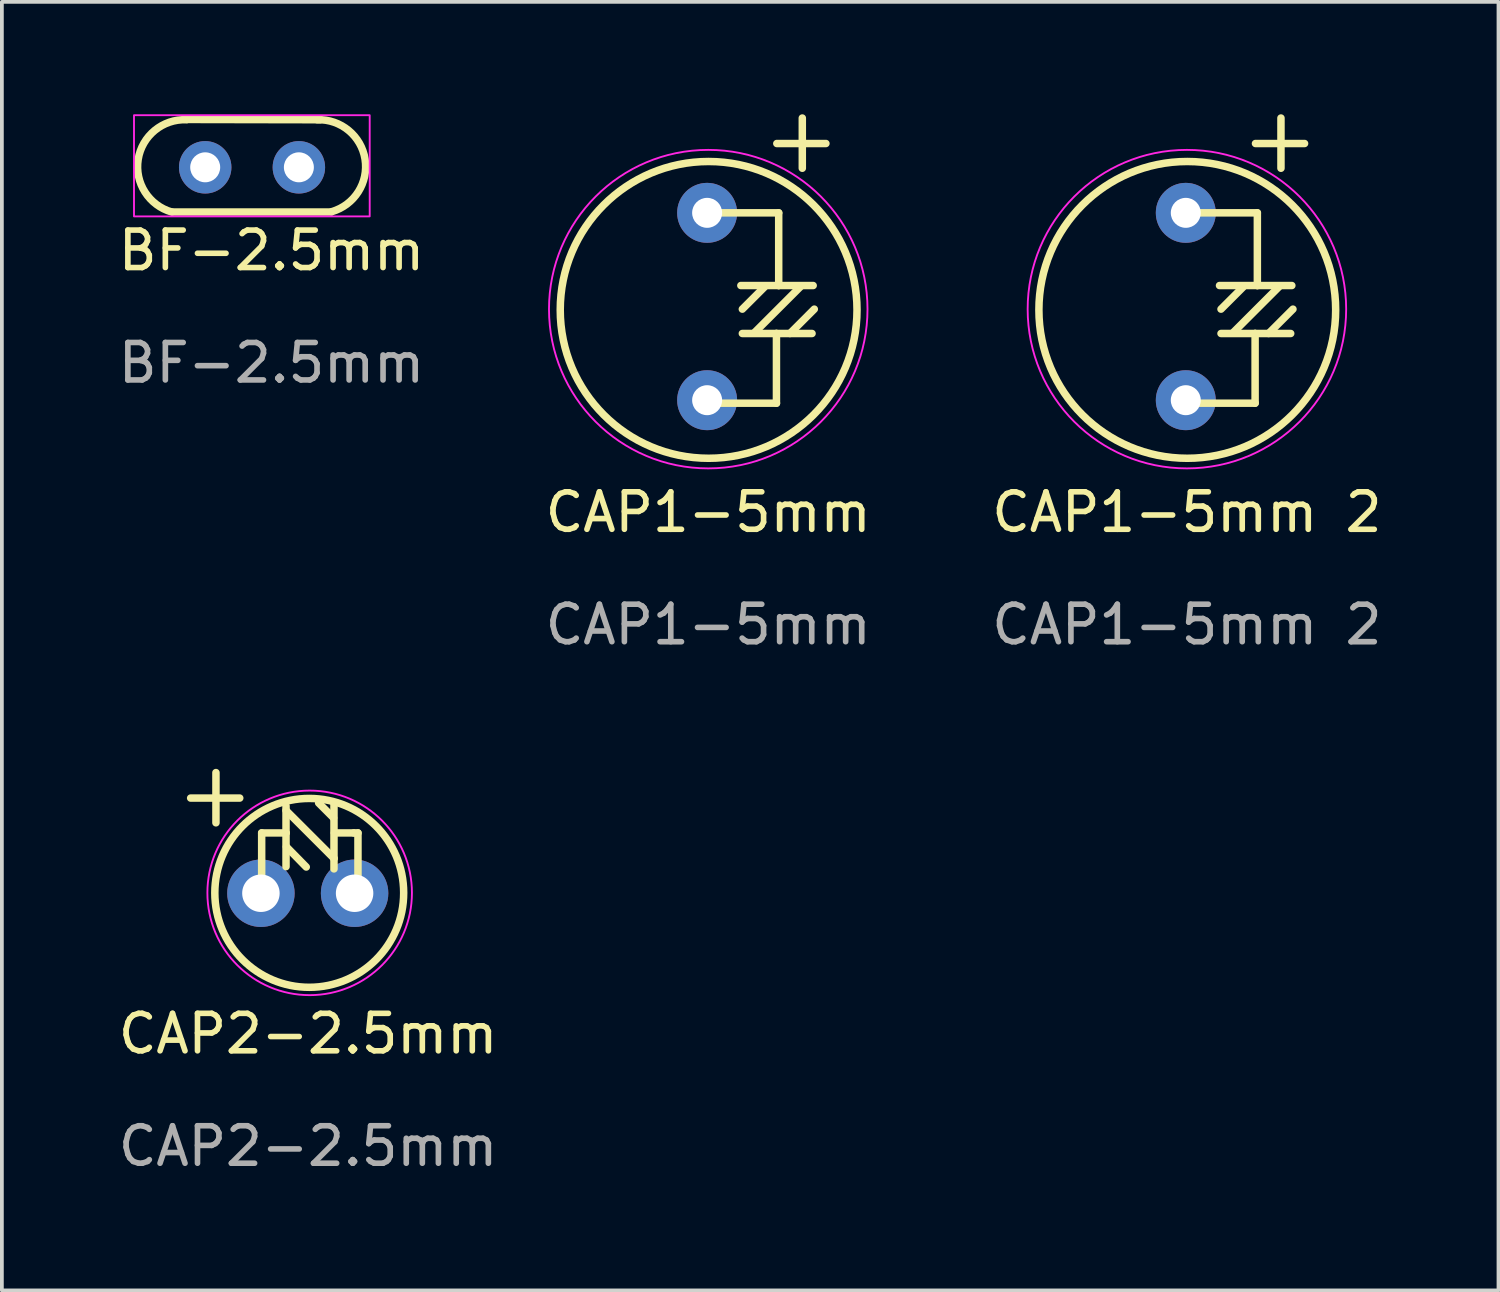
<source format=kicad_pcb>
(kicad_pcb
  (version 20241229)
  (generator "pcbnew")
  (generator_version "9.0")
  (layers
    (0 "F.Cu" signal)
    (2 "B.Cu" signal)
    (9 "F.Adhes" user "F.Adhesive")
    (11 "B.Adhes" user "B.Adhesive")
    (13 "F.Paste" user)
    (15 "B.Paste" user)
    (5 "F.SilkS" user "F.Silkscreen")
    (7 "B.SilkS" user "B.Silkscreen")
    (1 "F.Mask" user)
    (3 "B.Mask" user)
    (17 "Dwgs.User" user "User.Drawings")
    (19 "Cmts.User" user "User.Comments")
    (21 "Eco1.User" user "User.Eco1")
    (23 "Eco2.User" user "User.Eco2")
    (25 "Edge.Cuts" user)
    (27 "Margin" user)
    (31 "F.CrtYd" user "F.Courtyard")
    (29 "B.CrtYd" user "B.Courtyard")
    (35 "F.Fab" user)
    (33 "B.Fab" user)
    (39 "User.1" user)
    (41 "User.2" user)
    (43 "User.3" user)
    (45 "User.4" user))
  (footprint "BF-2.5mm"
    (layer "F.Cu")
    (at 4.196 4.135)
    (property "Reference" "BF-2.5mm" (at 0 -0.5 0) (unlocked yes) (layer "F.SilkS") (effects (font (size 1 1) (thickness 0.15))))
    (attr through_hole)
    (fp_line (start -2.641 -1.527) (end 1.589 -1.527) (stroke (width 0.2) (type solid)) (layer "F.SilkS"))
    (fp_line (start -2.251 -3.997) (end 1.299 -3.99) (stroke (width 0.2) (type solid)) (layer "F.SilkS"))
    (fp_arc (start -2.661462 -1.526599) (mid -3.558143 -2.931896) (end -2.27 -3.99) (stroke (width 0.2) (type solid)) (layer "F.SilkS"))
    (fp_arc (start 1.217076 -3.989999) (mid 2.496084 -2.936146) (end 1.608538 -1.536599) (stroke (width 0.2) (type solid)) (layer "F.SilkS"))
    (fp_rect (start -3.67 -4.11) (end 2.62 -1.41) (stroke (width 0.05) (type solid)) (fill no) (layer "F.CrtYd"))
    (fp_text user "${REFERENCE}" (at 0 2.5 0) (unlocked yes) (layer "F.Fab") (effects (font (size 1 1) (thickness 0.15))))
    (pad "1" thru_hole circle (at -1.77 -2.72) (size 1.4 1.4) (drill 0.8) (layers "*.Cu" "*.Mask"))
    (pad "2" thru_hole circle (at 0.73 -2.72) (size 1.4 1.4) (drill 0.8) (layers "*.Cu" "*.Mask")))
  (footprint "CAP2-2.5mm"
    (layer "F.Cu")
    (at 5.173 25.038)
    (property "Reference" "CAP2-2.5mm" (at 0 -0.5 0) (unlocked yes) (layer "F.SilkS") (effects (font (size 1 1) (thickness 0.15))))
    (attr through_hole)
    (fp_line (start -3.135 -6.79) (end -1.825 -6.79) (stroke (width 0.2) (type solid)) (layer "F.SilkS"))
    (fp_line (start -2.46 -7.47) (end -2.46 -6.13) (stroke (width 0.2) (type solid)) (layer "F.SilkS"))
    (fp_line (start -1.24 -5.86) (end -0.59 -5.86) (stroke (width 0.2) (type solid)) (layer "F.SilkS"))
    (fp_line (start -1.24 -4.25) (end -1.24 -5.86) (stroke (width 0.2) (type solid)) (layer "F.SilkS"))
    (fp_line (start -0.59 -6.46) (end 0.69 -5.18) (stroke (width 0.2) (type solid)) (layer "F.SilkS"))
    (fp_line (start -0.59 -5.86) (end -0.59 -6.58) (stroke (width 0.2) (type solid)) (layer "F.SilkS"))
    (fp_line (start -0.59 -5.86) (end -0.59 -4.96) (stroke (width 0.2) (type solid)) (layer "F.SilkS"))
    (fp_line (start -0.58 -5.49) (end -0.05 -4.95) (stroke (width 0.2) (type solid)) (layer "F.SilkS"))
    (fp_line (start 0.68 -6.26) (end 0.28 -6.66) (stroke (width 0.2) (type solid)) (layer "F.SilkS"))
    (fp_line (start 0.69 -5.18) (end 0.69 -6.66) (stroke (width 0.2) (type solid)) (layer "F.SilkS"))
    (fp_line (start 0.69 -5.18) (end 0.69 -4.9) (stroke (width 0.2) (type solid)) (layer "F.SilkS"))
    (fp_line (start 0.7 -5.86) (end 1.22 -5.86) (stroke (width 0.2) (type solid)) (layer "F.SilkS"))
    (fp_line (start 1.22 -5.86) (end 1.33 -5.86) (stroke (width 0.2) (type solid)) (layer "F.SilkS"))
    (fp_line (start 1.33 -5.86) (end 1.33 -4.14) (stroke (width 0.2) (type solid)) (layer "F.SilkS"))
    (fp_circle (center 0.03 -4.26) (end 2.55 -4.26) (stroke (width 0.2) (type solid)) (fill no) (layer "F.SilkS"))
    (fp_circle (center 0.041 -4.26) (end 1.971 -2.33) (stroke (width 0.05) (type solid)) (fill no) (layer "F.CrtYd"))
    (fp_text user "${REFERENCE}" (at 0 2.5 0) (unlocked yes) (layer "F.Fab") (effects (font (size 1 1) (thickness 0.15))))
    (pad "1" thru_hole circle (at -1.26 -4.25) (size 1.8 1.8) (drill 1) (layers "*.Cu" "*.Mask"))
    (pad "2" thru_hole circle (at 1.24 -4.25) (size 1.8 1.8) (drill 1) (layers "*.Cu" "*.Mask")))
  (footprint "CAP1-5mm 2"
    (layer "F.Cu")
    (at 28.625 11.12)
    (property "Reference" "CAP1-5mm 2" (at 0 -0.5 0) (unlocked yes) (layer "F.SilkS") (effects (font (size 1 1) (thickness 0.15))))
    (attr through_hole)
    (fp_line (start 0.08 -8.49) (end 1.88 -8.49) (stroke (width 0.2) (type solid)) (layer "F.SilkS"))
    (fp_line (start 0.91 -5.92) (end 1.5 -6.51) (stroke (width 0.2) (type solid)) (layer "F.SilkS"))
    (fp_line (start 1.24 -5.3) (end 2.48 -6.54) (stroke (width 0.2) (type solid)) (layer "F.SilkS"))
    (fp_line (start 1.82 -5.27) (end 0.91 -5.27) (stroke (width 0.2) (type solid)) (layer "F.SilkS"))
    (fp_line (start 1.82 -5.27) (end 2.77 -5.27) (stroke (width 0.2) (type solid)) (layer "F.SilkS"))
    (fp_line (start 1.82 -3.41) (end -0.03 -3.41) (stroke (width 0.2) (type solid)) (layer "F.SilkS"))
    (fp_line (start 1.82 -3.41) (end 1.82 -5.27) (stroke (width 0.2) (type solid)) (layer "F.SilkS"))
    (fp_line (start 1.83 -10.34) (end 3.14 -10.34) (stroke (width 0.2) (type solid)) (layer "F.SilkS"))
    (fp_line (start 1.88 -8.49) (end 1.88 -6.55) (stroke (width 0.2) (type solid)) (layer "F.SilkS"))
    (fp_line (start 1.88 -6.55) (end 0.87 -6.55) (stroke (width 0.2) (type solid)) (layer "F.SilkS"))
    (fp_line (start 1.88 -6.55) (end 2.8 -6.55) (stroke (width 0.2) (type solid)) (layer "F.SilkS"))
    (fp_line (start 2.18 -5.27) (end 2.83 -5.92) (stroke (width 0.2) (type solid)) (layer "F.SilkS"))
    (fp_line (start 2.51 -11.02) (end 2.51 -9.68) (stroke (width 0.2) (type solid)) (layer "F.SilkS"))
    (fp_circle (center 0.01 -5.9) (end 3.97 -5.9) (stroke (width 0.2) (type solid)) (fill no) (layer "F.SilkS"))
    (fp_circle (center 0 -5.92) (end 0 -1.67) (stroke (width 0.05) (type solid)) (fill no) (layer "F.CrtYd"))
    (fp_text user "${REFERENCE}" (at 0 2.5 0) (unlocked yes) (layer "F.Fab") (effects (font (size 1 1) (thickness 0.15))))
    (pad "1" thru_hole circle (at -0.03 -8.49 270) (size 1.6 1.6) (drill 0.8) (layers "*.Cu" "*.Mask"))
    (pad "2" thru_hole circle (at -0.03 -3.49 270) (size 1.6 1.6) (drill 0.8) (layers "*.Cu" "*.Mask")))
  (footprint "CAP1-5mm"
    (layer "F.Cu")
    (at 15.851 11.12)
    (property "Reference" "CAP1-5mm" (at 0 -0.5 0) (unlocked yes) (layer "F.SilkS") (effects (font (size 1 1) (thickness 0.15))))
    (attr through_hole)
    (fp_line (start 0.08 -8.49) (end 1.88 -8.49) (stroke (width 0.2) (type solid)) (layer "F.SilkS"))
    (fp_line (start 0.91 -5.92) (end 1.5 -6.51) (stroke (width 0.2) (type solid)) (layer "F.SilkS"))
    (fp_line (start 1.24 -5.3) (end 2.48 -6.54) (stroke (width 0.2) (type solid)) (layer "F.SilkS"))
    (fp_line (start 1.82 -5.27) (end 0.91 -5.27) (stroke (width 0.2) (type solid)) (layer "F.SilkS"))
    (fp_line (start 1.82 -5.27) (end 2.77 -5.27) (stroke (width 0.2) (type solid)) (layer "F.SilkS"))
    (fp_line (start 1.82 -3.41) (end -0.03 -3.41) (stroke (width 0.2) (type solid)) (layer "F.SilkS"))
    (fp_line (start 1.82 -3.41) (end 1.82 -5.27) (stroke (width 0.2) (type solid)) (layer "F.SilkS"))
    (fp_line (start 1.83 -10.34) (end 3.14 -10.34) (stroke (width 0.2) (type solid)) (layer "F.SilkS"))
    (fp_line (start 1.88 -8.49) (end 1.88 -6.55) (stroke (width 0.2) (type solid)) (layer "F.SilkS"))
    (fp_line (start 1.88 -6.55) (end 0.87 -6.55) (stroke (width 0.2) (type solid)) (layer "F.SilkS"))
    (fp_line (start 1.88 -6.55) (end 2.8 -6.55) (stroke (width 0.2) (type solid)) (layer "F.SilkS"))
    (fp_line (start 2.18 -5.27) (end 2.83 -5.92) (stroke (width 0.2) (type solid)) (layer "F.SilkS"))
    (fp_line (start 2.51 -11.02) (end 2.51 -9.68) (stroke (width 0.2) (type solid)) (layer "F.SilkS"))
    (fp_circle (center 0.01 -5.9) (end 3.97 -5.9) (stroke (width 0.2) (type solid)) (fill no) (layer "F.SilkS"))
    (fp_circle (center 0 -5.92) (end 0 -1.67) (stroke (width 0.05) (type solid)) (fill no) (layer "F.CrtYd"))
    (fp_text user "${REFERENCE}" (at 0 2.5 0) (unlocked yes) (layer "F.Fab") (effects (font (size 1 1) (thickness 0.15))))
    (pad "1" thru_hole circle (at -0.03 -8.49 270) (size 1.6 1.6) (drill 0.8) (layers "*.Cu" "*.Mask"))
    (pad "2" thru_hole circle (at -0.03 -3.49 270) (size 1.6 1.6) (drill 0.8) (layers "*.Cu" "*.Mask")))
  (gr_rect
    (start -3 -3)
    (end 36.94 31.387)
    (stroke (width 0.1) (type default))
    (fill no)
    (layer "Edge.Cuts")))
</source>
